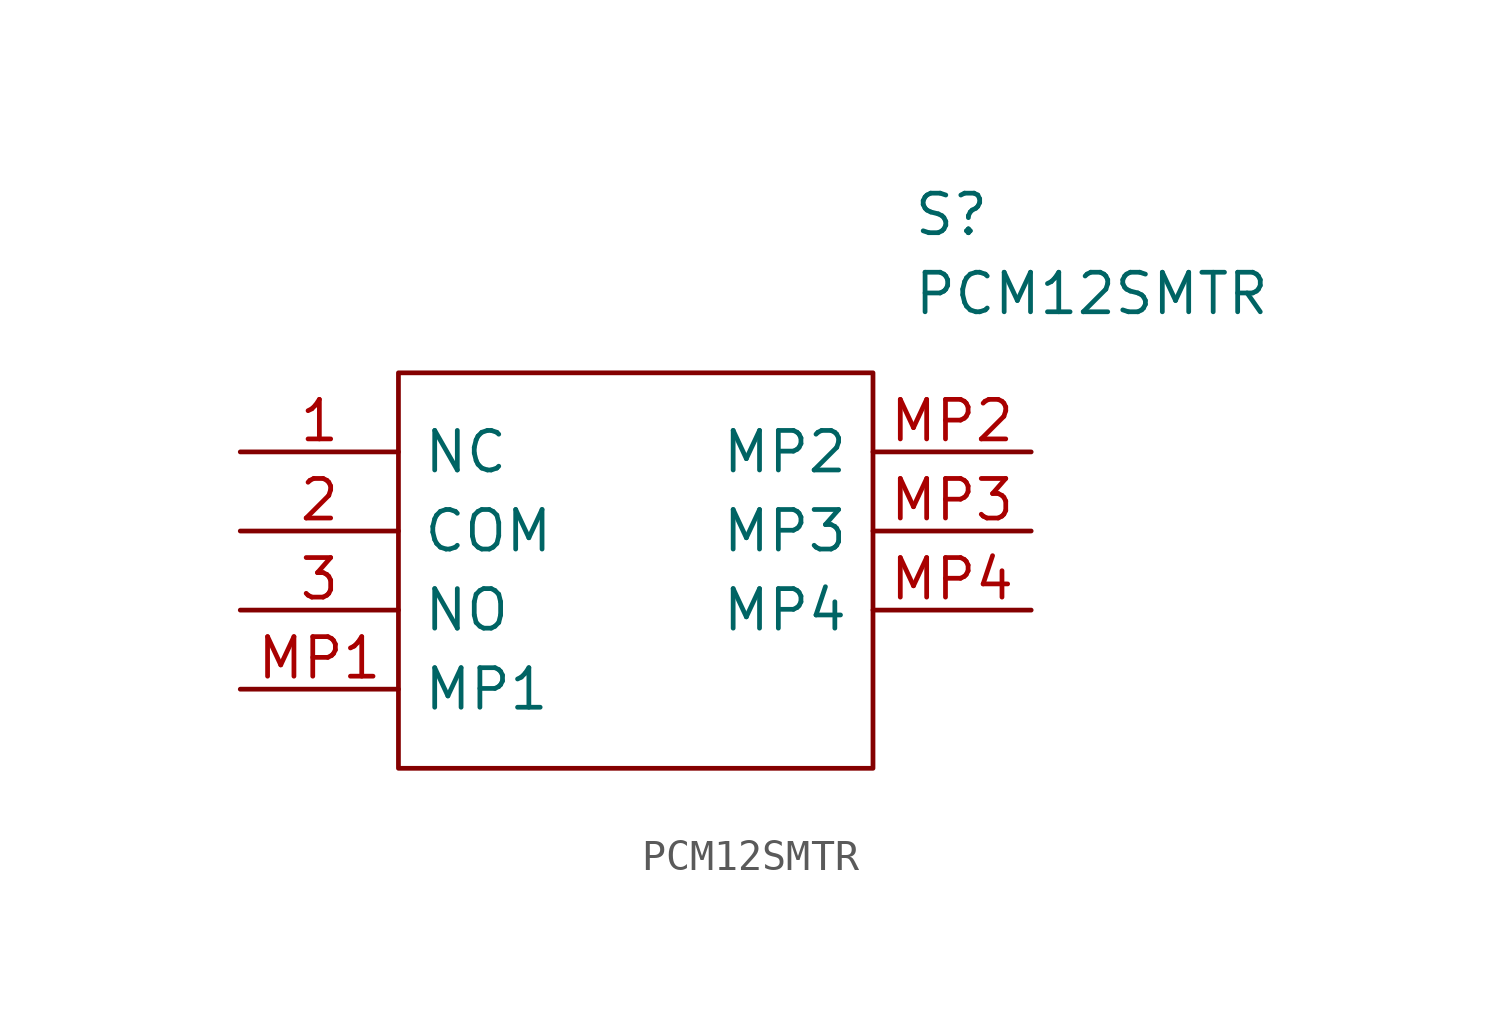
<source format=kicad_sym>
(kicad_symbol_lib
  (version 20211014)
  (generator kicad_symbol_editor)
  (symbol "PCM12SMTR"
    (pin_names
      (offset 0.762))
    (property "Reference" "S"
      (at 21.59 7.62 0)
      (effects (font (size 1.27 1.27)) (justify left)))
    (property "Value" "PCM12SMTR"
      (at 21.59 5.08 0)
      (effects (font (size 1.27 1.27)) (justify left)))
    (symbol "PCM12SMTR_0_0"
      (pin passive line (at 0 0 0) (length 5.08) (name "NC" (effects (font (size 1.27 1.27)))) (number "1" (effects (font (size 1.27 1.27)))))
      (pin passive line (at 0 -2.54 0) (length 5.08) (name "COM" (effects (font (size 1.27 1.27)))) (number "2" (effects (font (size 1.27 1.27)))))
      (pin passive line (at 0 -5.08 0) (length 5.08) (name "NO" (effects (font (size 1.27 1.27)))) (number "3" (effects (font (size 1.27 1.27)))))
      (pin passive line (at 0 -7.62 0) (length 5.08) (name "MP1" (effects (font (size 1.27 1.27)))) (number "MP1" (effects (font (size 1.27 1.27)))))
      (pin passive line (at 25.4 0 180) (length 5.08) (name "MP2" (effects (font (size 1.27 1.27)))) (number "MP2" (effects (font (size 1.27 1.27)))))
      (pin passive line (at 25.4 -2.54 180) (length 5.08) (name "MP3" (effects (font (size 1.27 1.27)))) (number "MP3" (effects (font (size 1.27 1.27)))))
      (pin passive line (at 25.4 -5.08 180) (length 5.08) (name "MP4" (effects (font (size 1.27 1.27)))) (number "MP4" (effects (font (size 1.27 1.27))))))
    (symbol "PCM12SMTR_0_1"
      (polyline (pts (xy 5.08 2.54) (xy 20.32 2.54) (xy 20.32 -10.16) (xy 5.08 -10.16) (xy 5.08 2.54)) (stroke (width 0.152) (type default) (color 0 0 0 0)) (fill (type none))))))
</source>
